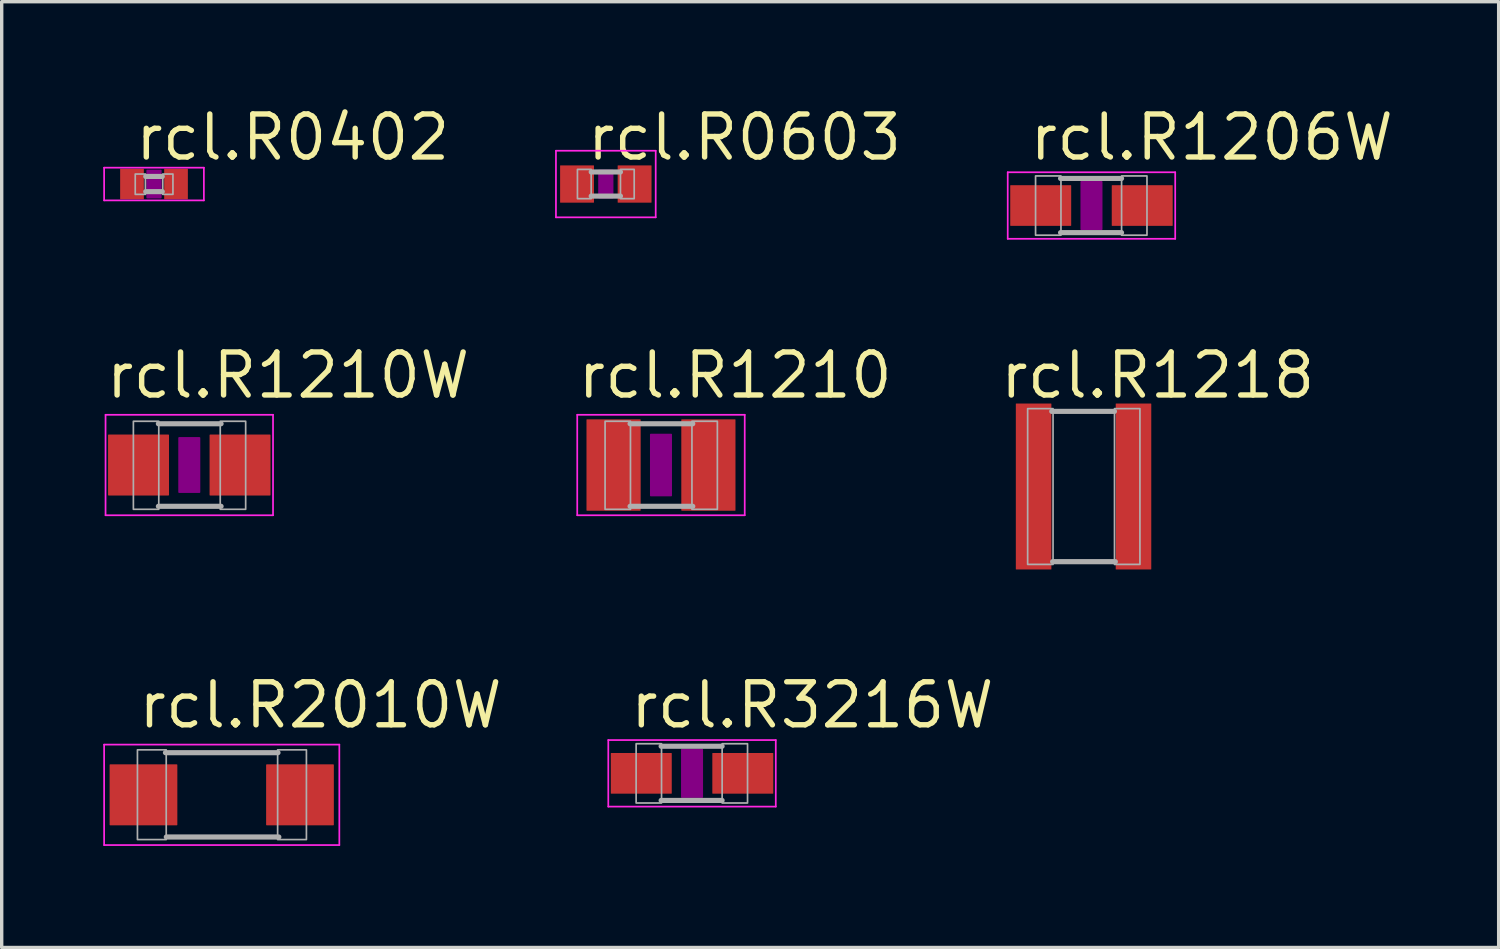
<source format=kicad_pcb>
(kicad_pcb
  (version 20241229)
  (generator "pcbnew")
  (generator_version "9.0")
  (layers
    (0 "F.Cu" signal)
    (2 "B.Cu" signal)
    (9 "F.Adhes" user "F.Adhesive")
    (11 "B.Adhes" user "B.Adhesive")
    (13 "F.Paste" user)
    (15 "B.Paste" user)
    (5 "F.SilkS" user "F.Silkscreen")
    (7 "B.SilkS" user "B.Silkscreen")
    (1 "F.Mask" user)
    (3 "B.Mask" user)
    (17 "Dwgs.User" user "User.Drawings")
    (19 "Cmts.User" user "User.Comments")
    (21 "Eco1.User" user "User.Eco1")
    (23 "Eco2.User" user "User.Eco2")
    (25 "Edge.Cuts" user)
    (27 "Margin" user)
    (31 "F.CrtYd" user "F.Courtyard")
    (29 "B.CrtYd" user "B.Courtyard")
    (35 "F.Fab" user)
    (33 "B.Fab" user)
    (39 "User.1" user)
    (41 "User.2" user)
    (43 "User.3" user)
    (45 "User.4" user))
  (footprint "rcl.R0603"
    (layer "F.Cu")
    (at 14.841 2.385)
    (property "Reference" "rcl.R0603" (at -0.635 -0.635 0) (layer "F.SilkS") (effects (font (size 1.27 1.27) (thickness 0.16)) (justify left bottom)))
    (attr smd)
    (fp_rect (start -0.2 0.4) (end 0.2 -0.4) (stroke (width 0.05) (type default)) (fill yes) (layer "F.Adhes"))
    (fp_line (start -1.473 -0.983) (end 1.473 -0.983) (stroke (width 0.051) (type default)) (layer "F.CrtYd"))
    (fp_line (start -1.473 0.983) (end -1.473 -0.983) (stroke (width 0.051) (type default)) (layer "F.CrtYd"))
    (fp_line (start 1.473 -0.983) (end 1.473 0.983) (stroke (width 0.051) (type default)) (layer "F.CrtYd"))
    (fp_line (start 1.473 0.983) (end -1.473 0.983) (stroke (width 0.051) (type default)) (layer "F.CrtYd"))
    (fp_line (start -0.432 0.356) (end 0.432 0.356) (stroke (width 0.152) (type default)) (layer "F.Fab"))
    (fp_line (start 0.432 -0.356) (end -0.432 -0.356) (stroke (width 0.152) (type default)) (layer "F.Fab"))
    (fp_rect (start -0.838 0.432) (end -0.432 -0.432) (stroke (width 0.05) (type default)) (fill no) (layer "F.Fab"))
    (fp_rect (start 0.432 0.432) (end 0.838 -0.432) (stroke (width 0.05) (type default)) (fill no) (layer "F.Fab"))
    (pad "1" smd roundrect (at -0.85 0) (size 1 1.1) (layers "F.Cu" "F.Mask" "F.Paste") (roundrect_rratio 0.01))
    (pad "2" smd roundrect (at 0.85 0) (size 1 1.1) (layers "F.Cu" "F.Mask" "F.Paste") (roundrect_rratio 0.01)))
  (footprint "rcl.R1206W"
    (layer "F.Cu")
    (at 29.183 3.02)
    (property "Reference" "rcl.R1206W" (at -1.905 -1.27 0) (layer "F.SilkS") (effects (font (size 1.27 1.27) (thickness 0.16)) (justify left bottom)))
    (attr smd)
    (fp_rect (start -0.3 0.7) (end 0.3 -0.7) (stroke (width 0.05) (type default)) (fill yes) (layer "F.Adhes"))
    (fp_line (start -2.473 -0.983) (end 2.473 -0.983) (stroke (width 0.051) (type default)) (layer "F.CrtYd"))
    (fp_line (start -2.473 0.983) (end -2.473 -0.983) (stroke (width 0.051) (type default)) (layer "F.CrtYd"))
    (fp_line (start 2.473 -0.983) (end 2.473 0.983) (stroke (width 0.051) (type default)) (layer "F.CrtYd"))
    (fp_line (start 2.473 0.983) (end -2.473 0.983) (stroke (width 0.051) (type default)) (layer "F.CrtYd"))
    (fp_line (start -0.913 -0.8) (end 0.888 -0.8) (stroke (width 0.152) (type default)) (layer "F.Fab"))
    (fp_line (start -0.913 0.8) (end 0.888 0.8) (stroke (width 0.152) (type default)) (layer "F.Fab"))
    (fp_rect (start -1.651 0.876) (end -0.901 -0.874) (stroke (width 0.05) (type default)) (fill no) (layer "F.Fab"))
    (fp_rect (start 0.889 0.876) (end 1.639 -0.874) (stroke (width 0.05) (type default)) (fill no) (layer "F.Fab"))
    (pad "1" smd roundrect (at -1.499 0) (size 1.8 1.2) (layers "F.Cu" "F.Mask" "F.Paste") (roundrect_rratio 0.01))
    (pad "2" smd roundrect (at 1.499 0) (size 1.8 1.2) (layers "F.Cu" "F.Mask" "F.Paste") (roundrect_rratio 0.01)))
  (footprint "rcl.R1210"
    (layer "F.Cu")
    (at 16.47 10.683)
    (property "Reference" "rcl.R1210" (at -2.54 -1.905 0) (layer "F.SilkS") (effects (font (size 1.27 1.27) (thickness 0.16)) (justify left bottom)))
    (attr smd)
    (fp_rect (start -0.3 0.9) (end 0.3 -0.9) (stroke (width 0.05) (type default)) (fill yes) (layer "F.Adhes"))
    (fp_line (start -2.473 -1.483) (end 2.473 -1.483) (stroke (width 0.051) (type default)) (layer "F.CrtYd"))
    (fp_line (start -2.473 1.483) (end -2.473 -1.483) (stroke (width 0.051) (type default)) (layer "F.CrtYd"))
    (fp_line (start 2.473 -1.483) (end 2.473 1.483) (stroke (width 0.051) (type default)) (layer "F.CrtYd"))
    (fp_line (start 2.473 1.483) (end -2.473 1.483) (stroke (width 0.051) (type default)) (layer "F.CrtYd"))
    (fp_line (start -0.913 -1.219) (end 0.939 -1.219) (stroke (width 0.152) (type default)) (layer "F.Fab"))
    (fp_line (start -0.913 1.219) (end 0.939 1.219) (stroke (width 0.152) (type default)) (layer "F.Fab"))
    (fp_rect (start -1.651 1.308) (end -0.901 -1.292) (stroke (width 0.05) (type default)) (fill no) (layer "F.Fab"))
    (fp_rect (start 0.914 1.308) (end 1.665 -1.292) (stroke (width 0.05) (type default)) (fill no) (layer "F.Fab"))
    (pad "1" smd roundrect (at -1.4 0) (size 1.6 2.7) (layers "F.Cu" "F.Mask" "F.Paste") (roundrect_rratio 0.01))
    (pad "2" smd roundrect (at 1.4 0) (size 1.6 2.7) (layers "F.Cu" "F.Mask" "F.Paste") (roundrect_rratio 0.01)))
  (footprint "rcl.R0402"
    (layer "F.Cu")
    (at 1.498 2.385)
    (property "Reference" "rcl.R0402" (at -0.635 -0.635 0) (layer "F.SilkS") (effects (font (size 1.27 1.27) (thickness 0.16)) (justify left bottom)))
    (attr smd)
    (fp_rect (start -0.2 0.4) (end 0.2 -0.4) (stroke (width 0.05) (type default)) (fill yes) (layer "F.Adhes"))
    (fp_line (start -1.473 -0.483) (end 1.473 -0.483) (stroke (width 0.051) (type default)) (layer "F.CrtYd"))
    (fp_line (start -1.473 0.483) (end -1.473 -0.483) (stroke (width 0.051) (type default)) (layer "F.CrtYd"))
    (fp_line (start 1.473 -0.483) (end 1.473 0.483) (stroke (width 0.051) (type default)) (layer "F.CrtYd"))
    (fp_line (start 1.473 0.483) (end -1.473 0.483) (stroke (width 0.051) (type default)) (layer "F.CrtYd"))
    (fp_line (start -0.245 -0.224) (end 0.245 -0.224) (stroke (width 0.152) (type default)) (layer "F.Fab"))
    (fp_line (start 0.245 0.224) (end -0.245 0.224) (stroke (width 0.152) (type default)) (layer "F.Fab"))
    (fp_rect (start -0.554 0.305) (end -0.254 -0.295) (stroke (width 0.05) (type default)) (fill no) (layer "F.Fab"))
    (fp_rect (start 0.259 0.305) (end 0.559 -0.295) (stroke (width 0.05) (type default)) (fill no) (layer "F.Fab"))
    (pad "1" smd roundrect (at -0.65 0) (size 0.7 0.9) (layers "F.Cu" "F.Mask" "F.Paste") (roundrect_rratio 0.01))
    (pad "2" smd roundrect (at 0.65 0) (size 0.7 0.9) (layers "F.Cu" "F.Mask" "F.Paste") (roundrect_rratio 0.01)))
  (footprint "rcl.R3216W"
    (layer "F.Cu")
    (at 17.387 19.788)
    (property "Reference" "rcl.R3216W" (at -1.905 -1.27 0) (layer "F.SilkS") (effects (font (size 1.27 1.27) (thickness 0.16)) (justify left bottom)))
    (attr smd)
    (fp_rect (start -0.3 0.7) (end 0.3 -0.7) (stroke (width 0.05) (type default)) (fill yes) (layer "F.Adhes"))
    (fp_line (start -2.473 -0.983) (end 2.473 -0.983) (stroke (width 0.051) (type default)) (layer "F.CrtYd"))
    (fp_line (start -2.473 0.983) (end -2.473 -0.983) (stroke (width 0.051) (type default)) (layer "F.CrtYd"))
    (fp_line (start 2.473 -0.983) (end 2.473 0.983) (stroke (width 0.051) (type default)) (layer "F.CrtYd"))
    (fp_line (start 2.473 0.983) (end -2.473 0.983) (stroke (width 0.051) (type default)) (layer "F.CrtYd"))
    (fp_line (start -0.913 -0.8) (end 0.888 -0.8) (stroke (width 0.152) (type default)) (layer "F.Fab"))
    (fp_line (start -0.913 0.8) (end 0.888 0.8) (stroke (width 0.152) (type default)) (layer "F.Fab"))
    (fp_rect (start -1.651 0.876) (end -0.901 -0.874) (stroke (width 0.05) (type default)) (fill no) (layer "F.Fab"))
    (fp_rect (start 0.889 0.876) (end 1.639 -0.874) (stroke (width 0.05) (type default)) (fill no) (layer "F.Fab"))
    (pad "1" smd roundrect (at -1.499 0) (size 1.8 1.2) (layers "F.Cu" "F.Mask" "F.Paste") (roundrect_rratio 0.01))
    (pad "2" smd roundrect (at 1.499 0) (size 1.8 1.2) (layers "F.Cu" "F.Mask" "F.Paste") (roundrect_rratio 0.01)))
  (footprint "rcl.R1210W"
    (layer "F.Cu")
    (at 2.54 10.683)
    (property "Reference" "rcl.R1210W" (at -2.54 -1.905 0) (layer "F.SilkS") (effects (font (size 1.27 1.27) (thickness 0.16)) (justify left bottom)))
    (attr smd)
    (fp_rect (start -0.3 0.8) (end 0.3 -0.8) (stroke (width 0.05) (type default)) (fill yes) (layer "F.Adhes"))
    (fp_line (start -2.473 -1.483) (end 2.473 -1.483) (stroke (width 0.051) (type default)) (layer "F.CrtYd"))
    (fp_line (start -2.473 1.483) (end -2.473 -1.483) (stroke (width 0.051) (type default)) (layer "F.CrtYd"))
    (fp_line (start 2.473 -1.483) (end 2.473 1.483) (stroke (width 0.051) (type default)) (layer "F.CrtYd"))
    (fp_line (start 2.473 1.483) (end -2.473 1.483) (stroke (width 0.051) (type default)) (layer "F.CrtYd"))
    (fp_line (start -0.913 -1.219) (end 0.939 -1.219) (stroke (width 0.152) (type default)) (layer "F.Fab"))
    (fp_line (start -0.913 1.219) (end 0.939 1.219) (stroke (width 0.152) (type default)) (layer "F.Fab"))
    (fp_rect (start -1.651 1.308) (end -0.901 -1.292) (stroke (width 0.05) (type default)) (fill no) (layer "F.Fab"))
    (fp_rect (start 0.914 1.308) (end 1.665 -1.292) (stroke (width 0.05) (type default)) (fill no) (layer "F.Fab"))
    (pad "1" smd roundrect (at -1.499 0) (size 1.8 1.8) (layers "F.Cu" "F.Mask" "F.Paste") (roundrect_rratio 0.01))
    (pad "2" smd roundrect (at 1.499 0) (size 1.8 1.8) (layers "F.Cu" "F.Mask" "F.Paste") (roundrect_rratio 0.01)))
  (footprint "rcl.R2010W"
    (layer "F.Cu")
    (at 3.498 20.423)
    (property "Reference" "rcl.R2010W" (at -2.54 -1.905 0) (layer "F.SilkS") (effects (font (size 1.27 1.27) (thickness 0.16)) (justify left bottom)))
    (attr smd)
    (fp_line (start -3.473 -1.483) (end 3.473 -1.483) (stroke (width 0.051) (type default)) (layer "F.CrtYd"))
    (fp_line (start -3.473 1.483) (end -3.473 -1.483) (stroke (width 0.051) (type default)) (layer "F.CrtYd"))
    (fp_line (start 3.473 -1.483) (end 3.473 1.483) (stroke (width 0.051) (type default)) (layer "F.CrtYd"))
    (fp_line (start 3.473 1.483) (end -3.473 1.483) (stroke (width 0.051) (type default)) (layer "F.CrtYd"))
    (fp_line (start -1.662 -1.245) (end 1.662 -1.245) (stroke (width 0.152) (type default)) (layer "F.Fab"))
    (fp_line (start -1.637 1.245) (end 1.687 1.245) (stroke (width 0.152) (type default)) (layer "F.Fab"))
    (fp_rect (start -2.489 1.321) (end -1.639 -1.329) (stroke (width 0.05) (type default)) (fill no) (layer "F.Fab"))
    (fp_rect (start 1.651 1.321) (end 2.501 -1.329) (stroke (width 0.05) (type default)) (fill no) (layer "F.Fab"))
    (pad "1" smd roundrect (at -2.311 0) (size 2 1.8) (layers "F.Cu" "F.Mask" "F.Paste") (roundrect_rratio 0.01))
    (pad "2" smd roundrect (at 2.311 0) (size 2 1.8) (layers "F.Cu" "F.Mask" "F.Paste") (roundrect_rratio 0.01)))
  (footprint "rcl.R1218"
    (layer "F.Cu")
    (at 28.949 11.318)
    (property "Reference" "rcl.R1218" (at -2.54 -2.54 0) (layer "F.SilkS") (effects (font (size 1.27 1.27) (thickness 0.16)) (justify left bottom)))
    (attr smd)
    (fp_line (start -0.913 2.219) (end 0.939 2.219) (stroke (width 0.152) (type default)) (layer "F.Fab"))
    (fp_line (start 0.913 -2.219) (end -0.939 -2.219) (stroke (width 0.152) (type default)) (layer "F.Fab"))
    (fp_rect (start -1.651 2.3) (end -0.901 -2.3) (stroke (width 0.05) (type default)) (fill no) (layer "F.Fab"))
    (fp_rect (start 0.914 2.3) (end 1.665 -2.3) (stroke (width 0.05) (type default)) (fill no) (layer "F.Fab"))
    (pad "1" smd roundrect (at -1.475 0) (size 1.05 4.9) (layers "F.Cu" "F.Mask" "F.Paste") (roundrect_rratio 0.01))
    (pad "2" smd roundrect (at 1.475 0) (size 1.05 4.9) (layers "F.Cu" "F.Mask" "F.Paste") (roundrect_rratio 0.01)))
  (gr_rect
    (start -3 -3)
    (end 41.208 24.932)
    (stroke (width 0.1) (type default))
    (fill no)
    (layer "Edge.Cuts")))
</source>
